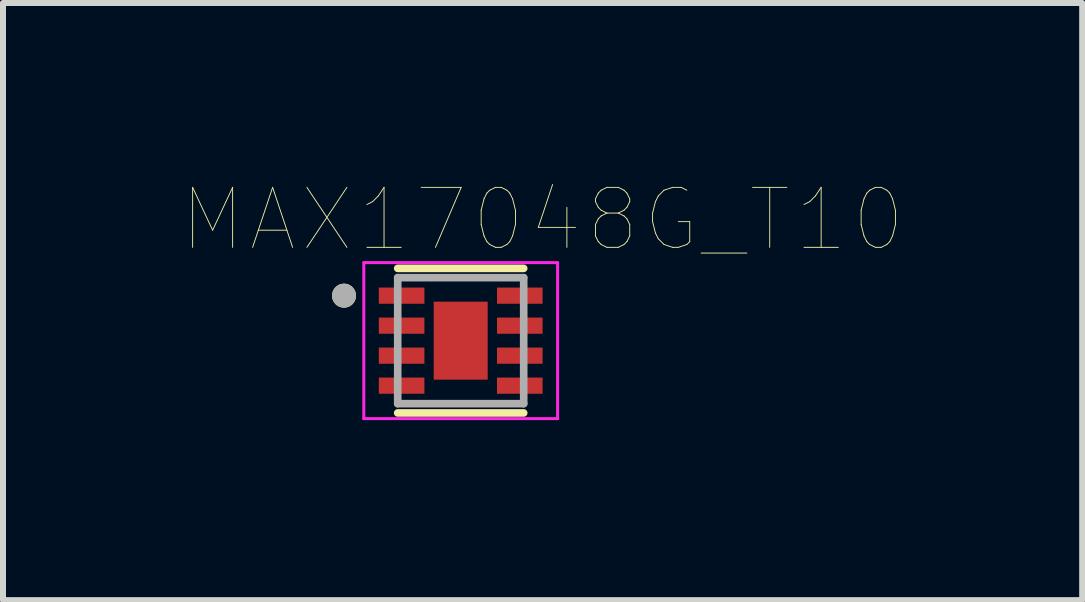
<source format=kicad_pcb>
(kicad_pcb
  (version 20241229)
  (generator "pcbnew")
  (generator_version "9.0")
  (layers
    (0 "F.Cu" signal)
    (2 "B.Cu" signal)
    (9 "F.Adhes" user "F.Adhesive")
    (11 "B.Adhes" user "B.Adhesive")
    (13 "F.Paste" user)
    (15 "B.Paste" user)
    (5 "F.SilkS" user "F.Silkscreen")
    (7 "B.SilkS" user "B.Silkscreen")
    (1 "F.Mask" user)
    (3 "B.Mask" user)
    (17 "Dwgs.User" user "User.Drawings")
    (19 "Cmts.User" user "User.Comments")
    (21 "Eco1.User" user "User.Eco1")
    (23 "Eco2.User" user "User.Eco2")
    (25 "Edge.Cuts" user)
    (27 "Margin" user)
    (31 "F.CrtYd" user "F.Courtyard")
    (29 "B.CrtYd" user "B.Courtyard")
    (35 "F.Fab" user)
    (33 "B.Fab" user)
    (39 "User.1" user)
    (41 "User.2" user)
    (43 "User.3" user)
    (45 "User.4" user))
  (footprint "MAX17048G_T10"
    (layer "F.Cu")
    (at 4.629 2.628)
    (property "Reference" "MAX17048G_T10" (at 1.365 -2.017 0) (layer "F.SilkS") (effects (font (size 1 1) (thickness 0.015))))
    (attr through_hole)
    (fp_line (start -1.05 -1.205) (end 1.05 -1.205) (stroke (width 0.127) (type solid)) (layer "F.SilkS"))
    (fp_line (start -1.05 1.205) (end 1.05 1.205) (stroke (width 0.127) (type solid)) (layer "F.SilkS"))
    (fp_circle (center -1.945 -0.75) (end -1.845 -0.75) (stroke (width 0.2) (type solid)) (fill no) (layer "F.SilkS"))
    (fp_poly (pts (xy -0.28 -0.41) (xy 0.28 -0.41) (xy 0.28 0.41) (xy -0.28 0.41)) (stroke (width 0.01) (type solid)) (fill yes) (layer "F.Paste"))
    (fp_line (start -1.615 -1.3) (end -1.615 1.3) (stroke (width 0.05) (type solid)) (layer "F.CrtYd"))
    (fp_line (start -1.615 -1.3) (end 1.615 -1.3) (stroke (width 0.05) (type solid)) (layer "F.CrtYd"))
    (fp_line (start -1.615 1.3) (end 1.615 1.3) (stroke (width 0.05) (type solid)) (layer "F.CrtYd"))
    (fp_line (start 1.615 -1.3) (end 1.615 1.3) (stroke (width 0.05) (type solid)) (layer "F.CrtYd"))
    (fp_line (start -1.05 -1.05) (end -1.05 1.05) (stroke (width 0.127) (type solid)) (layer "F.Fab"))
    (fp_line (start -1.05 -1.05) (end 1.05 -1.05) (stroke (width 0.127) (type solid)) (layer "F.Fab"))
    (fp_line (start -1.05 1.05) (end 1.05 1.05) (stroke (width 0.127) (type solid)) (layer "F.Fab"))
    (fp_line (start 1.05 -1.05) (end 1.05 1.05) (stroke (width 0.127) (type solid)) (layer "F.Fab"))
    (fp_circle (center -1.945 -0.75) (end -1.845 -0.75) (stroke (width 0.2) (type solid)) (fill no) (layer "F.Fab"))
    (pad "1" smd rect (at -0.985 -0.75) (size 0.76 0.27) (layers "F.Cu" "F.Mask" "F.Paste"))
    (pad "2" smd rect (at -0.985 -0.25) (size 0.76 0.27) (layers "F.Cu" "F.Mask" "F.Paste"))
    (pad "3" smd rect (at -0.985 0.25) (size 0.76 0.27) (layers "F.Cu" "F.Mask" "F.Paste"))
    (pad "4" smd rect (at -0.985 0.75) (size 0.76 0.27) (layers "F.Cu" "F.Mask" "F.Paste"))
    (pad "5" smd rect (at 0.985 0.75) (size 0.76 0.27) (layers "F.Cu" "F.Mask" "F.Paste"))
    (pad "6" smd rect (at 0.985 0.25) (size 0.76 0.27) (layers "F.Cu" "F.Mask" "F.Paste"))
    (pad "7" smd rect (at 0.985 -0.25) (size 0.76 0.27) (layers "F.Cu" "F.Mask" "F.Paste"))
    (pad "8" smd rect (at 0.985 -0.75) (size 0.76 0.27) (layers "F.Cu" "F.Mask" "F.Paste"))
    (pad "9" smd rect (at 0 0) (size 0.9 1.3) (layers "F.Cu" "F.Mask")))
  (gr_rect
    (start -3 -3)
    (end 14.988 6.953)
    (stroke (width 0.1) (type default))
    (fill no)
    (layer "Edge.Cuts")))
</source>
